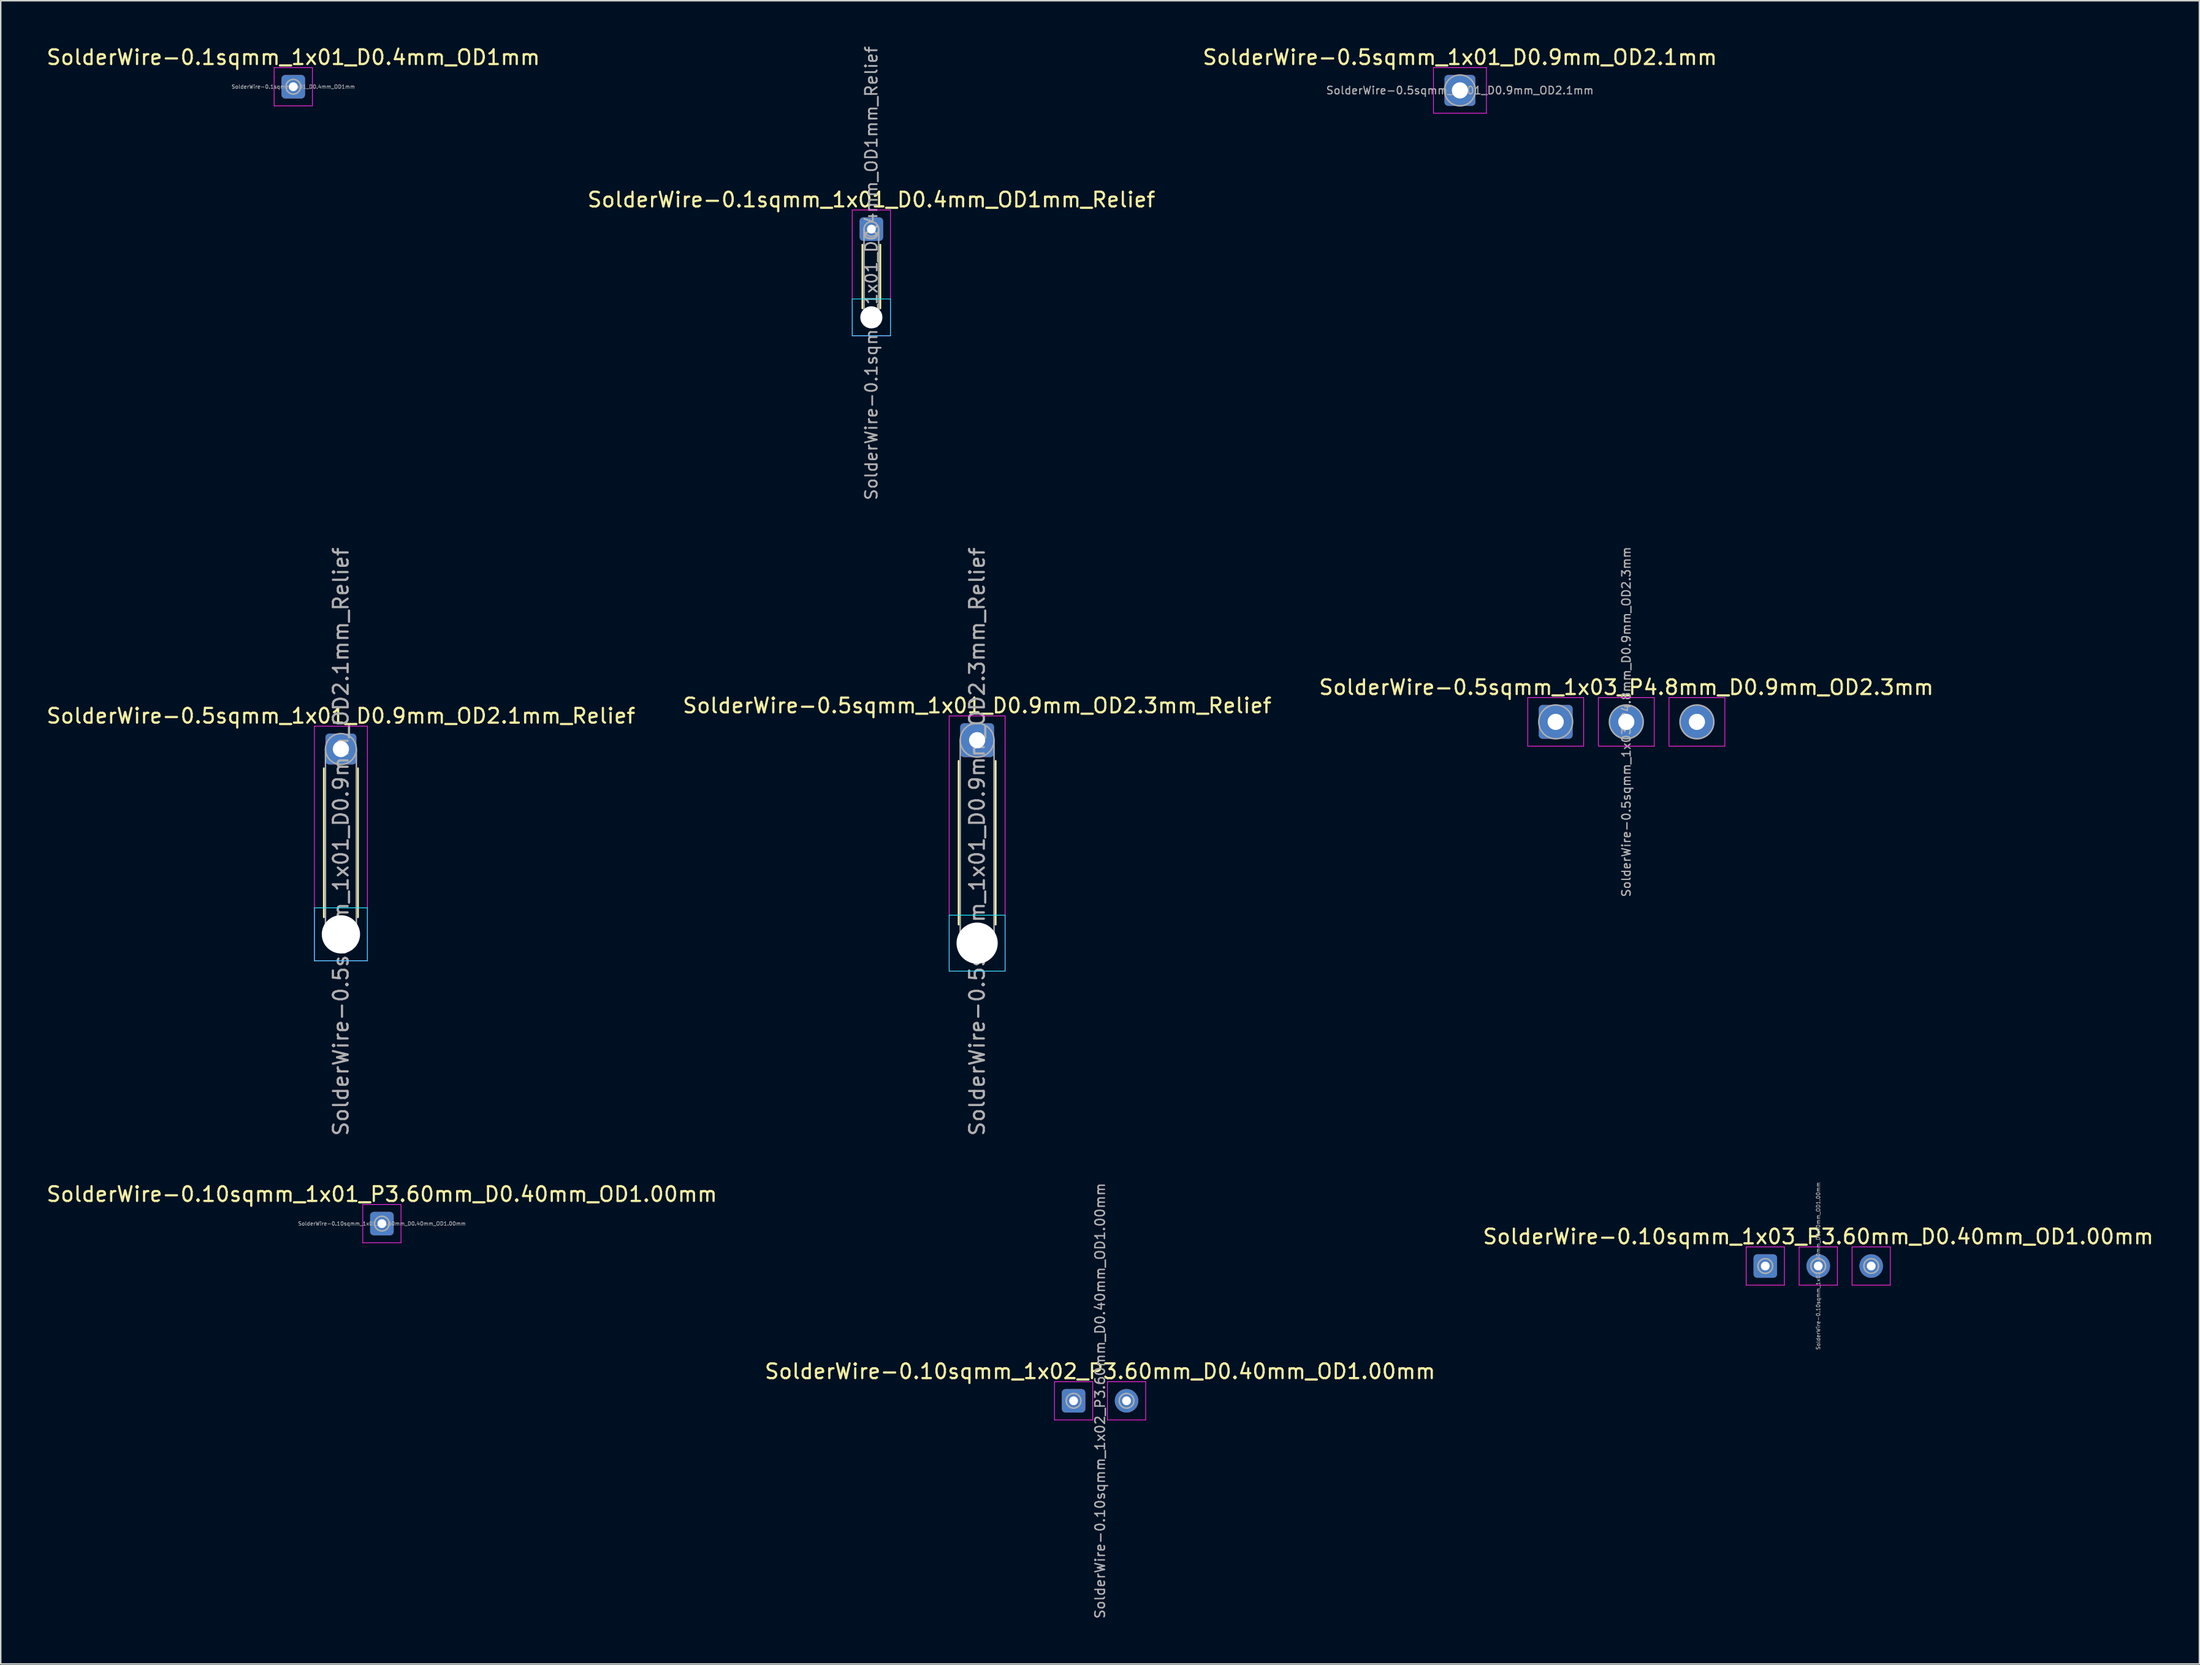
<source format=kicad_pcb>
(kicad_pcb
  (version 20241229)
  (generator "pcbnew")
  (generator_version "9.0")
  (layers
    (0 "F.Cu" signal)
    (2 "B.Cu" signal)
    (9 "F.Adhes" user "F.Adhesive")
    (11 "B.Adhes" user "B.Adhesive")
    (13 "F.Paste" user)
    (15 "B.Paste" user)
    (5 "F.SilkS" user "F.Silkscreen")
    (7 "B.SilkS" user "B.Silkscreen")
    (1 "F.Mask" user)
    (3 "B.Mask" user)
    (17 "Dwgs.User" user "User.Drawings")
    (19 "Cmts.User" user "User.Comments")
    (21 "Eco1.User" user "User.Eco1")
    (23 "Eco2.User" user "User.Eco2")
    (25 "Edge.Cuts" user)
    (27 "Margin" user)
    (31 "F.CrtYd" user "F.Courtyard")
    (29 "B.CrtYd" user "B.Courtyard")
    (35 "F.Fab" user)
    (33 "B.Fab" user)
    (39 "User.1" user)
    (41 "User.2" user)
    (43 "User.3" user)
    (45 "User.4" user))
  (footprint "SolderWire-0.5sqmm_1x01_D0.9mm_OD2.1mm"
    (layer "F.Cu")
    (at 96.196 3.098)
    (property "Reference" "SolderWire-0.5sqmm_1x01_D0.9mm_OD2.1mm" (at 0 -2.25 0) (layer "F.SilkS") (effects (font (size 1 1) (thickness 0.15))))
    (attr exclude_from_pos_files exclude_from_bom)
    (fp_line (start -1.8 -1.55) (end -1.8 1.55) (stroke (width 0.05) (type solid)) (layer "F.CrtYd"))
    (fp_line (start -1.8 1.55) (end 1.8 1.55) (stroke (width 0.05) (type solid)) (layer "F.CrtYd"))
    (fp_line (start 1.8 -1.55) (end -1.8 -1.55) (stroke (width 0.05) (type solid)) (layer "F.CrtYd"))
    (fp_line (start 1.8 1.55) (end 1.8 -1.55) (stroke (width 0.05) (type solid)) (layer "F.CrtYd"))
    (fp_circle (center 0 0) (end 1.05 0) (stroke (width 0.1) (type solid)) (fill no) (layer "F.Fab"))
    (fp_text user "${REFERENCE}" (at 0 0 0) (layer "F.Fab") (effects (font (size 0.52 0.52) (thickness 0.08))))
    (pad "1" thru_hole roundrect (at 0 0) (size 2.1 2.1) (drill 1.1) (layers "*.Cu" "*.Mask") (roundrect_rratio 0.119)))
  (footprint "SolderWire-0.10sqmm_1x03_P3.60mm_D0.40mm_OD1.00mm"
    (layer "F.Cu")
    (at 116.954 83.039)
    (property "Reference" "SolderWire-0.10sqmm_1x03_P3.60mm_D0.40mm_OD1.00mm" (at 3.6 -2 0) (layer "F.SilkS") (effects (font (size 1 1) (thickness 0.15))))
    (attr exclude_from_pos_files exclude_from_bom)
    (fp_line (start -1.3 -1.3) (end -1.3 1.3) (stroke (width 0.05) (type solid)) (layer "F.CrtYd"))
    (fp_line (start -1.3 1.3) (end 1.3 1.3) (stroke (width 0.05) (type solid)) (layer "F.CrtYd"))
    (fp_line (start 1.3 -1.3) (end -1.3 -1.3) (stroke (width 0.05) (type solid)) (layer "F.CrtYd"))
    (fp_line (start 1.3 1.3) (end 1.3 -1.3) (stroke (width 0.05) (type solid)) (layer "F.CrtYd"))
    (fp_line (start 2.3 -1.3) (end 2.3 1.3) (stroke (width 0.05) (type solid)) (layer "F.CrtYd"))
    (fp_line (start 2.3 1.3) (end 4.9 1.3) (stroke (width 0.05) (type solid)) (layer "F.CrtYd"))
    (fp_line (start 4.9 -1.3) (end 2.3 -1.3) (stroke (width 0.05) (type solid)) (layer "F.CrtYd"))
    (fp_line (start 4.9 1.3) (end 4.9 -1.3) (stroke (width 0.05) (type solid)) (layer "F.CrtYd"))
    (fp_line (start 5.9 -1.3) (end 5.9 1.3) (stroke (width 0.05) (type solid)) (layer "F.CrtYd"))
    (fp_line (start 5.9 1.3) (end 8.5 1.3) (stroke (width 0.05) (type solid)) (layer "F.CrtYd"))
    (fp_line (start 8.5 -1.3) (end 5.9 -1.3) (stroke (width 0.05) (type solid)) (layer "F.CrtYd"))
    (fp_line (start 8.5 1.3) (end 8.5 -1.3) (stroke (width 0.05) (type solid)) (layer "F.CrtYd"))
    (fp_circle (center 0 0) (end 0.5 0) (stroke (width 0.1) (type solid)) (fill no) (layer "F.Fab"))
    (fp_circle (center 3.6 0) (end 4.1 0) (stroke (width 0.1) (type solid)) (fill no) (layer "F.Fab"))
    (fp_circle (center 7.2 0) (end 7.7 0) (stroke (width 0.1) (type solid)) (fill no) (layer "F.Fab"))
    (fp_text user "${REFERENCE}" (at 3.6 0 90) (layer "F.Fab") (effects (font (size 0.25 0.25) (thickness 0.04))))
    (pad "1" thru_hole roundrect (at 0 0) (size 1.6 1.6) (drill 0.6) (layers "*.Cu" "*.Mask") (roundrect_rratio 0.156))
    (pad "2" thru_hole circle (at 3.6 0) (size 1.6 1.6) (drill 0.6) (layers "*.Cu" "*.Mask"))
    (pad "3" thru_hole circle (at 7.2 0) (size 1.6 1.6) (drill 0.6) (layers "*.Cu" "*.Mask")))
  (footprint "SolderWire-0.5sqmm_1x01_D0.9mm_OD2.3mm_Relief"
    (layer "F.Cu")
    (at 63.375 47.282)
    (property "Reference" "SolderWire-0.5sqmm_1x01_D0.9mm_OD2.3mm_Relief" (at 0 -2.35 0) (layer "F.SilkS") (effects (font (size 1 1) (thickness 0.15))))
    (attr exclude_from_pos_files exclude_from_bom)
    (fp_line (start -1.26 1.41) (end -1.26 12.54) (stroke (width 0.12) (type solid)) (layer "F.SilkS"))
    (fp_line (start 1.26 1.41) (end 1.26 12.54) (stroke (width 0.12) (type solid)) (layer "F.SilkS"))
    (fp_line (start -1.9 11.9) (end -1.9 15.7) (stroke (width 0.05) (type solid)) (layer "B.CrtYd"))
    (fp_line (start -1.9 15.7) (end 1.9 15.7) (stroke (width 0.05) (type solid)) (layer "B.CrtYd"))
    (fp_line (start 1.9 11.9) (end -1.9 11.9) (stroke (width 0.05) (type solid)) (layer "B.CrtYd"))
    (fp_line (start 1.9 15.7) (end 1.9 11.9) (stroke (width 0.05) (type solid)) (layer "B.CrtYd"))
    (fp_line (start -1.9 -1.65) (end -1.9 15.7) (stroke (width 0.05) (type solid)) (layer "F.CrtYd"))
    (fp_line (start -1.9 15.7) (end 1.9 15.7) (stroke (width 0.05) (type solid)) (layer "F.CrtYd"))
    (fp_line (start 1.9 -1.65) (end -1.9 -1.65) (stroke (width 0.05) (type solid)) (layer "F.CrtYd"))
    (fp_line (start 1.9 15.7) (end 1.9 -1.65) (stroke (width 0.05) (type solid)) (layer "F.CrtYd"))
    (fp_line (start -1.15 0) (end -1.15 13.8) (stroke (width 0.1) (type solid)) (layer "F.Fab"))
    (fp_line (start 1.15 0) (end 1.15 13.8) (stroke (width 0.1) (type solid)) (layer "F.Fab"))
    (fp_circle (center 0 0) (end 1.15 0) (stroke (width 0.1) (type solid)) (fill no) (layer "F.Fab"))
    (fp_circle (center 0 13.8) (end 1.15 13.8) (stroke (width 0.1) (type solid)) (fill no) (layer "F.Fab"))
    (fp_text user "${REFERENCE}" (at 0 6.9 90) (layer "F.Fab") (effects (font (size 1 1) (thickness 0.15))))
    (pad "" np_thru_hole circle (at 0 13.8) (size 2.8 2.8) (drill 2.8) (layers "*.Cu" "*.Mask"))
    (pad "1" thru_hole roundrect (at 0 0) (size 2.3 2.3) (drill 1.1) (layers "*.Cu" "*.Mask") (roundrect_rratio 0.109)))
  (footprint "SolderWire-0.10sqmm_1x01_P3.60mm_D0.40mm_OD1.00mm"
    (layer "F.Cu")
    (at 22.911 80.155)
    (property "Reference" "SolderWire-0.10sqmm_1x01_P3.60mm_D0.40mm_OD1.00mm" (at 0 -2 0) (layer "F.SilkS") (effects (font (size 1 1) (thickness 0.15))))
    (attr exclude_from_pos_files exclude_from_bom)
    (fp_line (start -1.3 -1.3) (end -1.3 1.3) (stroke (width 0.05) (type solid)) (layer "F.CrtYd"))
    (fp_line (start -1.3 1.3) (end 1.3 1.3) (stroke (width 0.05) (type solid)) (layer "F.CrtYd"))
    (fp_line (start 1.3 -1.3) (end -1.3 -1.3) (stroke (width 0.05) (type solid)) (layer "F.CrtYd"))
    (fp_line (start 1.3 1.3) (end 1.3 -1.3) (stroke (width 0.05) (type solid)) (layer "F.CrtYd"))
    (fp_circle (center 0 0) (end 0.5 0) (stroke (width 0.1) (type solid)) (fill no) (layer "F.Fab"))
    (fp_text user "${REFERENCE}" (at 0 0 0) (layer "F.Fab") (effects (font (size 0.25 0.25) (thickness 0.04))))
    (pad "1" thru_hole roundrect (at 0 0) (size 1.6 1.6) (drill 0.6) (layers "*.Cu" "*.Mask") (roundrect_rratio 0.156)))
  (footprint "SolderWire-0.10sqmm_1x02_P3.60mm_D0.40mm_OD1.00mm"
    (layer "F.Cu")
    (at 69.932 92.203)
    (property "Reference" "SolderWire-0.10sqmm_1x02_P3.60mm_D0.40mm_OD1.00mm" (at 1.8 -2 0) (layer "F.SilkS") (effects (font (size 1 1) (thickness 0.15))))
    (attr exclude_from_pos_files exclude_from_bom)
    (fp_line (start -1.3 -1.3) (end -1.3 1.3) (stroke (width 0.05) (type solid)) (layer "F.CrtYd"))
    (fp_line (start -1.3 1.3) (end 1.3 1.3) (stroke (width 0.05) (type solid)) (layer "F.CrtYd"))
    (fp_line (start 1.3 -1.3) (end -1.3 -1.3) (stroke (width 0.05) (type solid)) (layer "F.CrtYd"))
    (fp_line (start 1.3 1.3) (end 1.3 -1.3) (stroke (width 0.05) (type solid)) (layer "F.CrtYd"))
    (fp_line (start 2.3 -1.3) (end 2.3 1.3) (stroke (width 0.05) (type solid)) (layer "F.CrtYd"))
    (fp_line (start 2.3 1.3) (end 4.9 1.3) (stroke (width 0.05) (type solid)) (layer "F.CrtYd"))
    (fp_line (start 4.9 -1.3) (end 2.3 -1.3) (stroke (width 0.05) (type solid)) (layer "F.CrtYd"))
    (fp_line (start 4.9 1.3) (end 4.9 -1.3) (stroke (width 0.05) (type solid)) (layer "F.CrtYd"))
    (fp_circle (center 0 0) (end 0.5 0) (stroke (width 0.1) (type solid)) (fill no) (layer "F.Fab"))
    (fp_circle (center 3.6 0) (end 4.1 0) (stroke (width 0.1) (type solid)) (fill no) (layer "F.Fab"))
    (fp_text user "${REFERENCE}" (at 1.8 0 90) (layer "F.Fab") (effects (font (size 0.65 0.65) (thickness 0.1))))
    (pad "1" thru_hole roundrect (at 0 0) (size 1.6 1.6) (drill 0.6) (layers "*.Cu" "*.Mask") (roundrect_rratio 0.156))
    (pad "2" thru_hole circle (at 3.6 0) (size 1.6 1.6) (drill 0.6) (layers "*.Cu" "*.Mask")))
  (footprint "SolderWire-0.1sqmm_1x01_D0.4mm_OD1mm"
    (layer "F.Cu")
    (at 16.887 2.848)
    (property "Reference" "SolderWire-0.1sqmm_1x01_D0.4mm_OD1mm" (at 0 -2 0) (layer "F.SilkS") (effects (font (size 1 1) (thickness 0.15))))
    (attr exclude_from_pos_files exclude_from_bom)
    (fp_line (start -1.3 -1.3) (end -1.3 1.3) (stroke (width 0.05) (type solid)) (layer "F.CrtYd"))
    (fp_line (start -1.3 1.3) (end 1.3 1.3) (stroke (width 0.05) (type solid)) (layer "F.CrtYd"))
    (fp_line (start 1.3 -1.3) (end -1.3 -1.3) (stroke (width 0.05) (type solid)) (layer "F.CrtYd"))
    (fp_line (start 1.3 1.3) (end 1.3 -1.3) (stroke (width 0.05) (type solid)) (layer "F.CrtYd"))
    (fp_circle (center 0 0) (end 0.5 0) (stroke (width 0.1) (type solid)) (fill no) (layer "F.Fab"))
    (fp_text user "${REFERENCE}" (at 0 0 0) (layer "F.Fab") (effects (font (size 0.25 0.25) (thickness 0.04))))
    (pad "1" thru_hole roundrect (at 0 0) (size 1.6 1.6) (drill 0.6) (layers "*.Cu" "*.Mask") (roundrect_rratio 0.156)))
  (footprint "SolderWire-0.5sqmm_1x01_D0.9mm_OD2.1mm_Relief"
    (layer "F.Cu")
    (at 20.125 47.882)
    (property "Reference" "SolderWire-0.5sqmm_1x01_D0.9mm_OD2.1mm_Relief" (at 0 -2.25 0) (layer "F.SilkS") (effects (font (size 1 1) (thickness 0.15))))
    (attr exclude_from_pos_files exclude_from_bom)
    (fp_line (start -1.16 1.31) (end -1.16 11.44) (stroke (width 0.12) (type solid)) (layer "F.SilkS"))
    (fp_line (start 1.16 1.31) (end 1.16 11.44) (stroke (width 0.12) (type solid)) (layer "F.SilkS"))
    (fp_line (start -1.8 10.8) (end -1.8 14.4) (stroke (width 0.05) (type solid)) (layer "B.CrtYd"))
    (fp_line (start -1.8 14.4) (end 1.8 14.4) (stroke (width 0.05) (type solid)) (layer "B.CrtYd"))
    (fp_line (start 1.8 10.8) (end -1.8 10.8) (stroke (width 0.05) (type solid)) (layer "B.CrtYd"))
    (fp_line (start 1.8 14.4) (end 1.8 10.8) (stroke (width 0.05) (type solid)) (layer "B.CrtYd"))
    (fp_line (start -1.8 -1.55) (end -1.8 14.4) (stroke (width 0.05) (type solid)) (layer "F.CrtYd"))
    (fp_line (start -1.8 14.4) (end 1.8 14.4) (stroke (width 0.05) (type solid)) (layer "F.CrtYd"))
    (fp_line (start 1.8 -1.55) (end -1.8 -1.55) (stroke (width 0.05) (type solid)) (layer "F.CrtYd"))
    (fp_line (start 1.8 14.4) (end 1.8 -1.55) (stroke (width 0.05) (type solid)) (layer "F.CrtYd"))
    (fp_line (start -1.05 0) (end -1.05 12.6) (stroke (width 0.1) (type solid)) (layer "F.Fab"))
    (fp_line (start 1.05 0) (end 1.05 12.6) (stroke (width 0.1) (type solid)) (layer "F.Fab"))
    (fp_circle (center 0 0) (end 1.05 0) (stroke (width 0.1) (type solid)) (fill no) (layer "F.Fab"))
    (fp_circle (center 0 12.6) (end 1.05 12.6) (stroke (width 0.1) (type solid)) (fill no) (layer "F.Fab"))
    (fp_text user "${REFERENCE}" (at 0 6.3 90) (layer "F.Fab") (effects (font (size 1 1) (thickness 0.15))))
    (pad "" np_thru_hole circle (at 0 12.6) (size 2.6 2.6) (drill 2.6) (layers "*.Cu" "*.Mask"))
    (pad "1" thru_hole roundrect (at 0 0) (size 2.1 2.1) (drill 1.1) (layers "*.Cu" "*.Mask") (roundrect_rratio 0.119)))
  (footprint "SolderWire-0.5sqmm_1x03_P4.8mm_D0.9mm_OD2.3mm"
    (layer "F.Cu")
    (at 102.706 46.037)
    (property "Reference" "SolderWire-0.5sqmm_1x03_P4.8mm_D0.9mm_OD2.3mm" (at 4.8 -2.35 0) (layer "F.SilkS") (effects (font (size 1 1) (thickness 0.15))))
    (attr exclude_from_pos_files exclude_from_bom)
    (fp_line (start -1.9 -1.65) (end -1.9 1.65) (stroke (width 0.05) (type solid)) (layer "F.CrtYd"))
    (fp_line (start -1.9 1.65) (end 1.9 1.65) (stroke (width 0.05) (type solid)) (layer "F.CrtYd"))
    (fp_line (start 1.9 -1.65) (end -1.9 -1.65) (stroke (width 0.05) (type solid)) (layer "F.CrtYd"))
    (fp_line (start 1.9 1.65) (end 1.9 -1.65) (stroke (width 0.05) (type solid)) (layer "F.CrtYd"))
    (fp_line (start 2.9 -1.65) (end 2.9 1.65) (stroke (width 0.05) (type solid)) (layer "F.CrtYd"))
    (fp_line (start 2.9 1.65) (end 6.7 1.65) (stroke (width 0.05) (type solid)) (layer "F.CrtYd"))
    (fp_line (start 6.7 -1.65) (end 2.9 -1.65) (stroke (width 0.05) (type solid)) (layer "F.CrtYd"))
    (fp_line (start 6.7 1.65) (end 6.7 -1.65) (stroke (width 0.05) (type solid)) (layer "F.CrtYd"))
    (fp_line (start 7.7 -1.65) (end 7.7 1.65) (stroke (width 0.05) (type solid)) (layer "F.CrtYd"))
    (fp_line (start 7.7 1.65) (end 11.5 1.65) (stroke (width 0.05) (type solid)) (layer "F.CrtYd"))
    (fp_line (start 11.5 -1.65) (end 7.7 -1.65) (stroke (width 0.05) (type solid)) (layer "F.CrtYd"))
    (fp_line (start 11.5 1.65) (end 11.5 -1.65) (stroke (width 0.05) (type solid)) (layer "F.CrtYd"))
    (fp_circle (center 0 0) (end 1.15 0) (stroke (width 0.1) (type solid)) (fill no) (layer "F.Fab"))
    (fp_circle (center 4.8 0) (end 5.95 0) (stroke (width 0.1) (type solid)) (fill no) (layer "F.Fab"))
    (fp_circle (center 9.6 0) (end 10.75 0) (stroke (width 0.1) (type solid)) (fill no) (layer "F.Fab"))
    (fp_text user "${REFERENCE}" (at 4.8 0 90) (layer "F.Fab") (effects (font (size 0.57 0.57) (thickness 0.09))))
    (pad "1" thru_hole roundrect (at 0 0) (size 2.3 2.3) (drill 1.1) (layers "*.Cu" "*.Mask") (roundrect_rratio 0.109))
    (pad "2" thru_hole circle (at 4.8 0) (size 2.3 2.3) (drill 1.1) (layers "*.Cu" "*.Mask"))
    (pad "3" thru_hole circle (at 9.6 0) (size 2.3 2.3) (drill 1.1) (layers "*.Cu" "*.Mask")))
  (footprint "SolderWire-0.1sqmm_1x01_D0.4mm_OD1mm_Relief"
    (layer "F.Cu")
    (at 56.185 12.529)
    (property "Reference" "SolderWire-0.1sqmm_1x01_D0.4mm_OD1mm_Relief" (at 0 -2 0) (layer "F.SilkS") (effects (font (size 1 1) (thickness 0.15))))
    (attr exclude_from_pos_files exclude_from_bom)
    (fp_line (start -0.61 1.06) (end -0.61 5.39) (stroke (width 0.12) (type solid)) (layer "F.SilkS"))
    (fp_line (start 0.61 1.06) (end 0.61 5.39) (stroke (width 0.12) (type solid)) (layer "F.SilkS"))
    (fp_line (start -1.3 4.75) (end -1.3 7.25) (stroke (width 0.05) (type solid)) (layer "B.CrtYd"))
    (fp_line (start -1.3 7.25) (end 1.3 7.25) (stroke (width 0.05) (type solid)) (layer "B.CrtYd"))
    (fp_line (start 1.3 4.75) (end -1.3 4.75) (stroke (width 0.05) (type solid)) (layer "B.CrtYd"))
    (fp_line (start 1.3 7.25) (end 1.3 4.75) (stroke (width 0.05) (type solid)) (layer "B.CrtYd"))
    (fp_line (start -1.3 -1.3) (end -1.3 7.25) (stroke (width 0.05) (type solid)) (layer "F.CrtYd"))
    (fp_line (start -1.3 7.25) (end 1.3 7.25) (stroke (width 0.05) (type solid)) (layer "F.CrtYd"))
    (fp_line (start 1.3 -1.3) (end -1.3 -1.3) (stroke (width 0.05) (type solid)) (layer "F.CrtYd"))
    (fp_line (start 1.3 7.25) (end 1.3 -1.3) (stroke (width 0.05) (type solid)) (layer "F.CrtYd"))
    (fp_line (start -0.5 0) (end -0.5 6) (stroke (width 0.1) (type solid)) (layer "F.Fab"))
    (fp_line (start 0.5 0) (end 0.5 6) (stroke (width 0.1) (type solid)) (layer "F.Fab"))
    (fp_circle (center 0 0) (end 0.5 0) (stroke (width 0.1) (type solid)) (fill no) (layer "F.Fab"))
    (fp_circle (center 0 6) (end 0.5 6) (stroke (width 0.1) (type solid)) (fill no) (layer "F.Fab"))
    (fp_text user "${REFERENCE}" (at 0 3 90) (layer "F.Fab") (effects (font (size 0.8 0.8) (thickness 0.12))))
    (pad "" np_thru_hole circle (at 0 6) (size 1.5 1.5) (drill 1.5) (layers "*.Cu" "*.Mask"))
    (pad "1" thru_hole roundrect (at 0 0) (size 1.6 1.6) (drill 0.6) (layers "*.Cu" "*.Mask") (roundrect_rratio 0.156)))
  (gr_rect
    (start -3 -3)
    (end 146.464 110.099)
    (stroke (width 0.1) (type default))
    (fill no)
    (layer "Edge.Cuts")))
</source>
